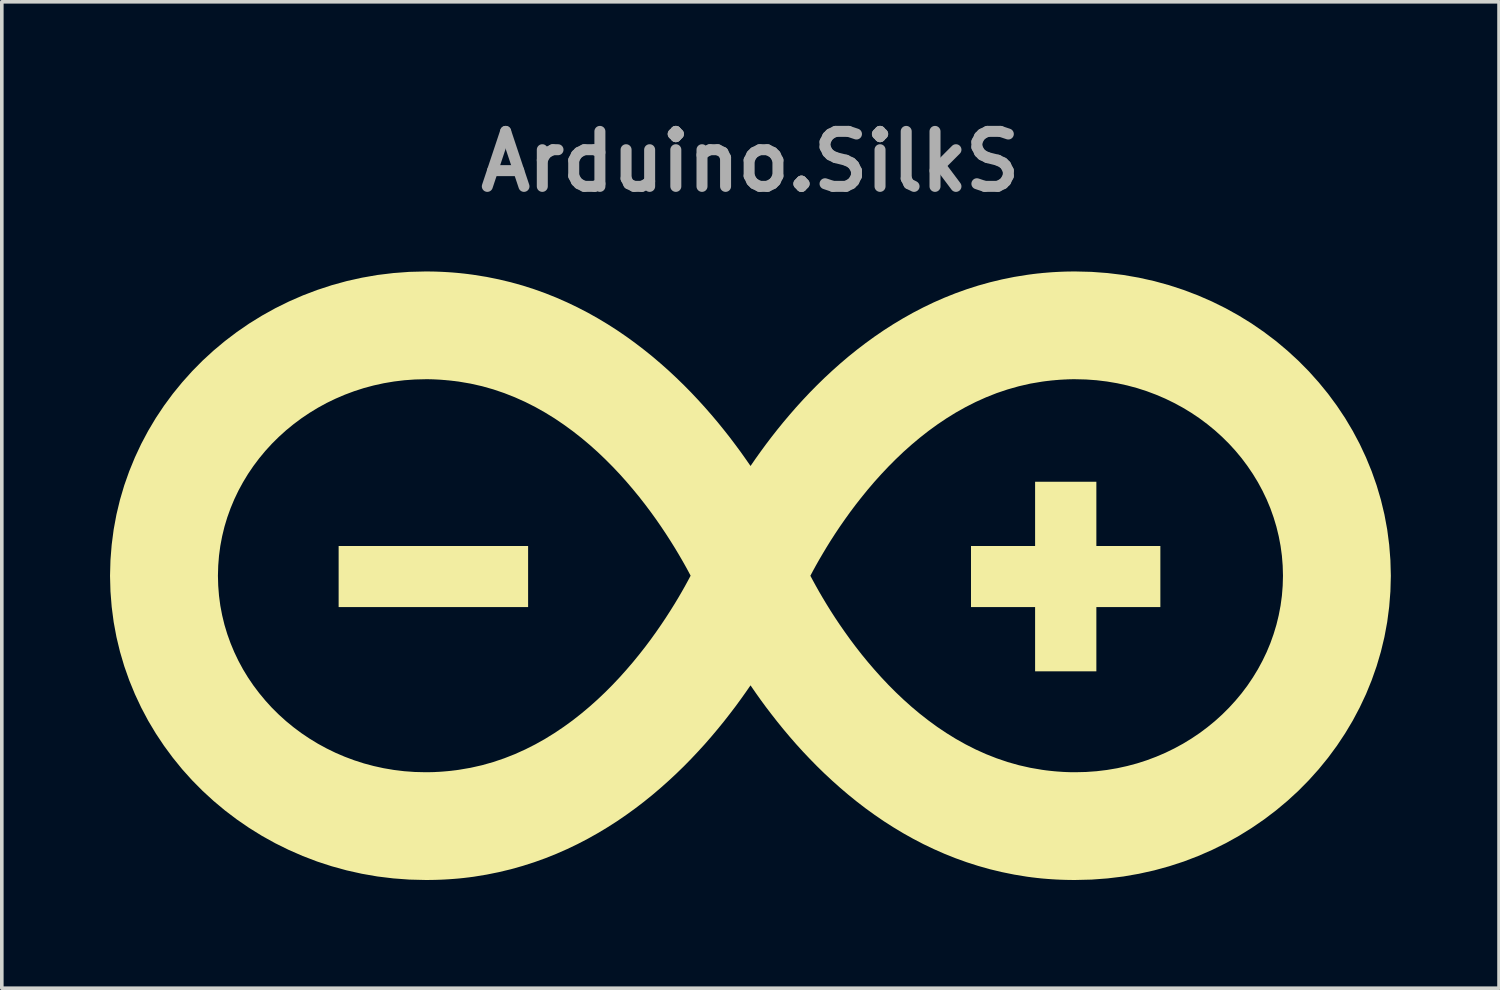
<source format=kicad_pcb>
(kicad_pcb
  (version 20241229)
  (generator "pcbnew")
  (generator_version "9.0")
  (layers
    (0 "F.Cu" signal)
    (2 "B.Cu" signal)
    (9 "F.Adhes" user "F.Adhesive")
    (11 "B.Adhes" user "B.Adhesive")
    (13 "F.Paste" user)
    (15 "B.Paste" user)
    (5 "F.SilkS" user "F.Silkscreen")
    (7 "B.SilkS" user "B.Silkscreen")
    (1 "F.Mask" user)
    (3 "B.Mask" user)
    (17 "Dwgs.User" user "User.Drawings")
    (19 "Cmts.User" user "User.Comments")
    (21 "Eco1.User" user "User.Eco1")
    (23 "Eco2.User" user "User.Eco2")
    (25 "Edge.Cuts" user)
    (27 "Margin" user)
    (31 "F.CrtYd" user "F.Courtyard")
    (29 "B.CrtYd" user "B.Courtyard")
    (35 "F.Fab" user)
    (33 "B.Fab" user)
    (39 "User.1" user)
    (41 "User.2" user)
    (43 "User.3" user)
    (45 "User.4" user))
  (footprint "Arduino.SilkS"
    (layer "F.Cu")
    (at 17.752 12.909)
    (property "Reference" "Arduino.SilkS" (at 0 -11.482 0) (layer "F.Fab") (effects (font (size 1.524 1.524) (thickness 0.305))))
    (attr smd)
    (fp_poly (pts (xy -11.415 -0.824) (xy -10.759 -0.824) (xy -10.102 -0.824) (xy -9.446 -0.824) (xy -8.789 -0.824) (xy -8.133 -0.824) (xy -7.476 -0.824) (xy -6.82 -0.824) (xy -6.163 -0.824) (xy -6.163 -0.612) (xy -6.163 -0.401) (xy -6.163 -0.189) (xy -6.163 0.022) (xy -6.163 0.234) (xy -6.163 0.446) (xy -6.163 0.657) (xy -6.163 0.869) (xy -6.82 0.869) (xy -7.476 0.869) (xy -8.133 0.869) (xy -8.789 0.869) (xy -9.446 0.869) (xy -10.102 0.869) (xy -10.759 0.869) (xy -11.415 0.869) (xy -11.415 0.657) (xy -11.415 0.446) (xy -11.415 0.234) (xy -11.415 0.022) (xy -11.415 -0.189) (xy -11.415 -0.401) (xy -11.415 -0.612) (xy -11.415 -0.824)) (stroke (width 0) (type solid)) (fill yes) (layer "F.SilkS"))
    (fp_poly (pts (xy 11.363 0.869) (xy 11.363 0.446) (xy 11.363 0.022) (xy 11.363 -0.401) (xy 11.363 -0.824) (xy 10.92 -0.824) (xy 10.476 -0.824) (xy 10.032 -0.824) (xy 9.589 -0.824) (xy 9.589 -1.269) (xy 9.589 -1.714) (xy 9.589 -2.159) (xy 9.589 -2.605) (xy 9.164 -2.605) (xy 8.74 -2.605) (xy 8.316 -2.605) (xy 7.891 -2.605) (xy 7.891 -2.159) (xy 7.891 -1.714) (xy 7.891 -1.269) (xy 7.891 -0.824) (xy 7.447 -0.824) (xy 7.003 -0.824) (xy 6.559 -0.824) (xy 6.114 -0.824) (xy 6.114 -0.401) (xy 6.114 0.022) (xy 6.114 0.446) (xy 6.114 0.869) (xy 6.559 0.869) (xy 7.003 0.869) (xy 7.447 0.869) (xy 7.891 0.869) (xy 7.891 1.314) (xy 7.891 1.759) (xy 7.891 2.204) (xy 7.891 2.65) (xy 8.316 2.65) (xy 8.74 2.65) (xy 9.164 2.65) (xy 9.589 2.65) (xy 9.589 2.204) (xy 9.589 1.759) (xy 9.589 1.314) (xy 9.589 0.869) (xy 10.032 0.869) (xy 10.476 0.869) (xy 10.92 0.869) (xy 11.363 0.869)) (stroke (width 0) (type solid)) (fill yes) (layer "F.SilkS"))
    (fp_poly (pts (xy 17.752 0.001) (xy 12.874 -4.03) (xy 13.074 -3.849) (xy 13.265 -3.66) (xy 13.446 -3.462) (xy 13.617 -3.256) (xy 13.777 -3.042) (xy 13.927 -2.821) (xy 14.066 -2.593) (xy 14.193 -2.358) (xy 14.309 -2.117) (xy 14.412 -1.87) (xy 14.502 -1.617) (xy 14.58 -1.358) (xy 14.644 -1.095) (xy 14.695 -0.827) (xy 14.732 -0.555) (xy 14.754 -0.279) (xy 14.762 0.001) (xy 14.754 0.281) (xy 14.732 0.557) (xy 14.695 0.829) (xy 14.644 1.097) (xy 14.58 1.36) (xy 14.502 1.618) (xy 14.412 1.871) (xy 14.309 2.118) (xy 14.193 2.359) (xy 14.066 2.594) (xy 13.927 2.822) (xy 13.778 3.043) (xy 13.617 3.257) (xy 13.446 3.462) (xy 13.265 3.66) (xy 13.075 3.849) (xy 12.875 4.03) (xy 12.666 4.201) (xy 12.449 4.363) (xy 12.223 4.515) (xy 11.99 4.657) (xy 11.749 4.788) (xy 11.501 4.909) (xy 11.246 5.018) (xy 10.985 5.116) (xy 10.718 5.202) (xy 10.445 5.275) (xy 10.167 5.336) (xy 9.884 5.384) (xy 9.597 5.419) (xy 9.305 5.44) (xy 9.01 5.447) (xy 8.981 5.447) (xy 8.953 5.447) (xy 8.924 5.447) (xy 8.895 5.446) (xy 8.866 5.446) (xy 8.838 5.445) (xy 8.809 5.444) (xy 8.78 5.443) (xy 8.751 5.442) (xy 8.722 5.441) (xy 8.693 5.439) (xy 8.664 5.438) (xy 8.635 5.436) (xy 8.606 5.434) (xy 8.577 5.432) (xy 8.548 5.43) (xy 8.519 5.428) (xy 8.49 5.426) (xy 8.461 5.423) (xy 8.432 5.421) (xy 8.403 5.418) (xy 8.374 5.415) (xy 8.345 5.412) (xy 8.316 5.409) (xy 8.287 5.406) (xy 8.258 5.403) (xy 8.229 5.399) (xy 8.2 5.396) (xy 8.171 5.392) (xy 8.142 5.388) (xy 8.113 5.384) (xy 8.084 5.38) (xy 7.757 5.324) (xy 7.439 5.252) (xy 7.128 5.164) (xy 6.825 5.061) (xy 6.53 4.945) (xy 6.243 4.816) (xy 5.965 4.675) (xy 5.694 4.523) (xy 5.432 4.361) (xy 5.177 4.19) (xy 4.931 4.01) (xy 4.693 3.824) (xy 4.463 3.631) (xy 4.242 3.433) (xy 4.028 3.23) (xy 3.823 3.024) (xy 3.626 2.815) (xy 3.437 2.604) (xy 3.256 2.393) (xy 3.083 2.182) (xy 2.919 1.972) (xy 2.763 1.764) (xy 2.616 1.559) (xy 2.476 1.358) (xy 2.345 1.162) (xy 2.222 0.971) (xy 2.108 0.787) (xy 2.002 0.611) (xy 1.904 0.443) (xy 1.815 0.285) (xy 1.734 0.137) (xy 1.661 0.001) (xy 1.661 0.001) (xy 1.734 -0.136) (xy 1.815 -0.284) (xy 1.905 -0.443) (xy 2.003 -0.61) (xy 2.109 -0.787) (xy 2.223 -0.971) (xy 2.346 -1.162) (xy 2.477 -1.358) (xy 2.617 -1.559) (xy 2.764 -1.764) (xy 2.92 -1.972) (xy 3.085 -2.182) (xy 3.257 -2.393) (xy 3.438 -2.605) (xy 3.627 -2.815) (xy 3.824 -3.024) (xy 4.029 -3.23) (xy 4.242 -3.433) (xy 4.464 -3.631) (xy 4.694 -3.824) (xy 4.932 -4.011) (xy 5.178 -4.19) (xy 5.432 -4.361) (xy 5.694 -4.523) (xy 5.965 -4.675) (xy 6.243 -4.816) (xy 6.53 -4.945) (xy 6.825 -5.062) (xy 7.128 -5.164) (xy 7.439 -5.252) (xy 7.757 -5.325) (xy 8.084 -5.38) (xy 8.113 -5.384) (xy 8.142 -5.388) (xy 8.171 -5.392) (xy 8.199 -5.395) (xy 8.228 -5.399) (xy 8.257 -5.402) (xy 8.286 -5.405) (xy 8.315 -5.409) (xy 8.344 -5.412) (xy 8.373 -5.415) (xy 8.402 -5.417) (xy 8.431 -5.42) (xy 8.46 -5.423) (xy 8.488 -5.425) (xy 8.517 -5.427) (xy 8.546 -5.43) (xy 8.575 -5.432) (xy 8.604 -5.434) (xy 8.633 -5.435) (xy 8.662 -5.437) (xy 8.691 -5.439) (xy 8.72 -5.44) (xy 8.749 -5.441) (xy 8.777 -5.443) (xy 8.806 -5.444) (xy 8.835 -5.445) (xy 8.864 -5.445) (xy 8.892 -5.446) (xy 8.921 -5.447) (xy 8.949 -5.447) (xy 8.978 -5.447) (xy 9.006 -5.447) (xy 9.302 -5.44) (xy 9.594 -5.419) (xy 9.882 -5.384) (xy 10.165 -5.336) (xy 10.443 -5.275) (xy 10.716 -5.202) (xy 10.983 -5.116) (xy 11.244 -5.018) (xy 11.499 -4.909) (xy 11.747 -4.788) (xy 11.988 -4.657) (xy 12.222 -4.515) (xy 12.448 -4.363) (xy 12.665 -4.201) (xy 12.874 -4.03) (xy 17.752 0.001) (xy 17.74 -0.433) (xy 17.706 -0.86) (xy 17.651 -1.282) (xy 17.574 -1.697) (xy 17.476 -2.105) (xy 17.358 -2.505) (xy 17.22 -2.896) (xy 17.063 -3.279) (xy 16.888 -3.653) (xy 16.695 -4.016) (xy 16.484 -4.37) (xy 16.256 -4.712) (xy 16.012 -5.043) (xy 15.752 -5.361) (xy 15.477 -5.668) (xy 15.187 -5.961) (xy 14.883 -6.24) (xy 14.566 -6.506) (xy 14.235 -6.756) (xy 13.893 -6.992) (xy 13.538 -7.211) (xy -2.918 -1.973) (xy -2.762 -1.765) (xy -2.614 -1.56) (xy -2.475 -1.359) (xy -2.344 -1.163) (xy -2.221 -0.972) (xy -2.106 -0.788) (xy -2 -0.612) (xy -1.902 -0.444) (xy -1.812 -0.286) (xy -1.731 -0.138) (xy -1.658 -0.001) (xy -1.731 0.136) (xy -1.812 0.284) (xy -1.902 0.443) (xy -2 0.611) (xy -2.106 0.787) (xy -2.221 0.971) (xy -2.344 1.162) (xy -2.475 1.358) (xy -2.615 1.56) (xy -2.762 1.765) (xy -2.918 1.973) (xy -3.083 2.183) (xy -3.255 2.394) (xy -3.436 2.605) (xy -3.625 2.816) (xy -3.822 3.025) (xy -4.027 3.231) (xy -4.241 3.434) (xy -4.463 3.632) (xy -4.692 3.824) (xy -4.93 4.011) (xy -5.177 4.19) (xy -5.431 4.361) (xy -5.693 4.523) (xy -5.964 4.675) (xy -6.243 4.816) (xy -6.529 4.945) (xy -6.824 5.061) (xy -7.127 5.164) (xy -7.438 5.252) (xy -7.757 5.324) (xy -8.084 5.38) (xy -8.084 5.38) (xy -8.113 5.384) (xy -8.141 5.388) (xy -8.17 5.392) (xy -8.199 5.395) (xy -8.228 5.399) (xy -8.257 5.402) (xy -8.285 5.406) (xy -8.314 5.409) (xy -8.343 5.412) (xy -8.372 5.415) (xy -8.401 5.418) (xy -8.43 5.42) (xy -8.459 5.423) (xy -8.488 5.425) (xy -8.517 5.428) (xy -8.546 5.43) (xy -8.575 5.432) (xy -8.604 5.434) (xy -8.633 5.436) (xy -8.662 5.437) (xy -8.691 5.439) (xy -8.72 5.44) (xy -8.749 5.442) (xy -8.778 5.443) (xy -8.807 5.444) (xy -8.835 5.445) (xy -8.864 5.445) (xy -8.893 5.446) (xy -8.922 5.446) (xy -8.951 5.447) (xy -8.98 5.447) (xy -9.008 5.447) (xy -9.304 5.44) (xy -9.596 5.419) (xy -9.883 5.384) (xy -10.166 5.336) (xy -10.444 5.275) (xy -10.717 5.202) (xy -10.984 5.116) (xy -11.245 5.018) (xy -11.5 4.909) (xy -11.748 4.788) (xy -11.989 4.657) (xy -12.222 4.515) (xy -12.448 4.363) (xy -12.665 4.201) (xy -12.874 4.03) (xy -13.074 3.849) (xy -13.265 3.66) (xy -13.445 3.462) (xy -13.616 3.256) (xy -13.777 3.043) (xy -13.927 2.822) (xy -14.066 2.594) (xy -14.193 2.359) (xy -14.308 2.118) (xy -14.411 1.871) (xy -14.502 1.618) (xy -14.58 1.36) (xy -14.644 1.096) (xy -14.695 0.829) (xy -14.731 0.556) (xy -14.753 0.28) (xy -14.761 0.001) (xy -14.753 -0.279) (xy -14.731 -0.555) (xy -14.695 -0.827) (xy -14.644 -1.095) (xy -14.58 -1.359) (xy -14.502 -1.617) (xy -14.411 -1.87) (xy -14.308 -2.117) (xy -14.193 -2.358) (xy -14.065 -2.593) (xy -13.927 -2.821) (xy -13.777 -3.042) (xy -13.616 -3.256) (xy -13.445 -3.462) (xy -13.264 -3.66) (xy -13.073 -3.849) (xy -12.873 -4.03) (xy -12.664 -4.201) (xy -12.447 -4.363) (xy -12.221 -4.515) (xy -11.988 -4.657) (xy -11.747 -4.789) (xy -11.498 -4.909) (xy -11.244 -5.018) (xy -10.982 -5.116) (xy -10.715 -5.202) (xy -10.442 -5.275) (xy -10.164 -5.336) (xy -9.88 -5.384) (xy -9.593 -5.419) (xy -9.301 -5.44) (xy -9.005 -5.447) (xy -8.976 -5.447) (xy -8.948 -5.447) (xy -8.919 -5.447) (xy -8.89 -5.446) (xy -8.862 -5.446) (xy -8.833 -5.445) (xy -8.804 -5.444) (xy -8.775 -5.443) (xy -8.747 -5.442) (xy -8.718 -5.44) (xy -8.689 -5.439) (xy -8.66 -5.437) (xy -8.631 -5.436) (xy -8.602 -5.434) (xy -8.574 -5.432) (xy -8.545 -5.43) (xy -8.516 -5.427) (xy -8.487 -5.425) (xy -8.458 -5.423) (xy -8.429 -5.42) (xy -8.4 -5.417) (xy -8.371 -5.415) (xy -8.342 -5.412) (xy -8.314 -5.409) (xy -8.285 -5.406) (xy -8.256 -5.402) (xy -8.227 -5.399) (xy -8.198 -5.396) (xy -8.169 -5.392) (xy -8.14 -5.388) (xy -8.112 -5.385) (xy -8.083 -5.381) (xy -7.756 -5.325) (xy -7.437 -5.253) (xy -7.126 -5.165) (xy -6.823 -5.062) (xy -6.529 -4.946) (xy -6.242 -4.817) (xy -5.963 -4.676) (xy -5.693 -4.524) (xy -5.43 -4.362) (xy -5.176 -4.19) (xy -4.93 -4.011) (xy -4.692 -3.825) (xy -4.462 -3.632) (xy -4.24 -3.434) (xy -4.027 -3.231) (xy -3.822 -3.025) (xy -3.624 -2.816) (xy -3.435 -2.605) (xy -3.255 -2.394) (xy -3.082 -2.183) (xy -2.918 -1.973) (xy 13.538 -7.211) (xy 13.171 -7.415) (xy 12.794 -7.601) (xy 12.407 -7.77) (xy 12.01 -7.921) (xy 11.604 -8.054) (xy 11.189 -8.168) (xy 10.767 -8.262) (xy 10.336 -8.337) (xy 9.899 -8.39) (xy 9.456 -8.423) (xy 9.006 -8.434) (xy 8.965 -8.434) (xy 8.923 -8.434) (xy 8.881 -8.433) (xy 8.839 -8.433) (xy 8.797 -8.432) (xy 8.755 -8.431) (xy 8.713 -8.43) (xy 8.671 -8.428) (xy 8.629 -8.427) (xy 8.587 -8.425) (xy 8.545 -8.423) (xy 8.503 -8.421) (xy 8.461 -8.419) (xy 8.419 -8.416) (xy 8.377 -8.414) (xy 8.335 -8.411) (xy 8.293 -8.408) (xy 8.25 -8.404) (xy 8.208 -8.401) (xy 8.166 -8.397) (xy 8.124 -8.394) (xy 8.082 -8.39) (xy 8.04 -8.385) (xy 7.997 -8.381) (xy 7.955 -8.377) (xy 7.913 -8.372) (xy 7.871 -8.367) (xy 7.829 -8.362) (xy 7.787 -8.356) (xy 7.745 -8.351) (xy 7.703 -8.345) (xy 7.661 -8.339) (xy 7.313 -8.283) (xy 6.973 -8.214) (xy 6.64 -8.134) (xy 6.314 -8.043) (xy 5.995 -7.941) (xy 5.683 -7.829) (xy 5.378 -7.707) (xy 5.081 -7.577) (xy 4.79 -7.437) (xy 4.507 -7.29) (xy 4.231 -7.135) (xy 3.961 -6.973) (xy 3.699 -6.805) (xy 3.443 -6.63) (xy 3.195 -6.45) (xy 2.953 -6.265) (xy 2.718 -6.076) (xy 2.49 -5.882) (xy 2.269 -5.685) (xy 2.054 -5.485) (xy 1.847 -5.283) (xy 1.646 -5.079) (xy 1.452 -4.873) (xy 1.264 -4.666) (xy 1.084 -4.459) (xy 0.909 -4.252) (xy 0.742 -4.046) (xy 0.581 -3.841) (xy 0.427 -3.638) (xy 0.279 -3.436) (xy 0.137 -3.237) (xy 0.003 -3.042) (xy -0.133 -3.237) (xy -0.274 -3.436) (xy -0.423 -3.637) (xy -0.577 -3.841) (xy -0.739 -4.046) (xy -0.906 -4.252) (xy -1.081 -4.459) (xy -1.262 -4.666) (xy -1.45 -4.873) (xy -1.644 -5.079) (xy -1.845 -5.283) (xy -2.053 -5.485) (xy -2.267 -5.685) (xy -2.489 -5.882) (xy -2.717 -6.076) (xy -2.952 -6.265) (xy -3.194 -6.45) (xy -3.442 -6.63) (xy -3.698 -6.805) (xy -3.96 -6.973) (xy -4.23 -7.135) (xy -4.506 -7.29) (xy -4.79 -7.437) (xy -5.08 -7.576) (xy -5.377 -7.707) (xy -5.682 -7.829) (xy -5.994 -7.941) (xy -6.312 -8.043) (xy -6.638 -8.134) (xy -6.972 -8.214) (xy -7.312 -8.283) (xy -7.66 -8.339) (xy -7.701 -8.345) (xy -7.744 -8.351) (xy -7.786 -8.356) (xy -7.828 -8.362) (xy -7.87 -8.367) (xy -7.912 -8.372) (xy -7.954 -8.377) (xy -7.996 -8.381) (xy -8.038 -8.386) (xy -8.081 -8.39) (xy -8.123 -8.394) (xy -8.165 -8.398) (xy -8.207 -8.401) (xy -8.249 -8.405) (xy -8.291 -8.408) (xy -8.334 -8.411) (xy -8.376 -8.414) (xy -8.418 -8.416) (xy -8.46 -8.419) (xy -8.502 -8.421) (xy -8.544 -8.423) (xy -8.586 -8.425) (xy -8.628 -8.427) (xy -8.67 -8.428) (xy -8.712 -8.43) (xy -8.754 -8.431) (xy -8.796 -8.432) (xy -8.838 -8.433) (xy -8.88 -8.433) (xy -8.922 -8.434) (xy -8.963 -8.434) (xy -9.005 -8.434) (xy -9.455 -8.423) (xy -9.898 -8.39) (xy -10.336 -8.337) (xy -10.766 -8.262) (xy -11.189 -8.168) (xy -11.604 -8.054) (xy -12.01 -7.921) (xy -12.407 -7.77) (xy -12.794 -7.601) (xy -13.171 -7.415) (xy -13.538 -7.211) (xy -13.893 -6.992) (xy -14.236 -6.756) (xy -14.566 -6.506) (xy -14.884 -6.24) (xy -15.188 -5.961) (xy -15.477 -5.668) (xy -15.752 -5.361) (xy -16.012 -5.043) (xy -16.256 -4.712) (xy -16.484 -4.37) (xy -16.695 -4.016) (xy -16.888 -3.653) (xy -17.063 -3.279) (xy -17.22 -2.896) (xy -17.358 -2.505) (xy -17.476 -2.105) (xy -17.574 -1.697) (xy -17.651 -1.282) (xy -17.706 -0.86) (xy -17.74 -0.433) (xy -17.752 0.001) (xy -17.74 0.434) (xy -17.706 0.862) (xy -17.651 1.284) (xy -17.574 1.699) (xy -17.476 2.106) (xy -17.358 2.506) (xy -17.22 2.898) (xy -17.063 3.281) (xy -16.888 3.654) (xy -16.695 4.018) (xy -16.484 4.371) (xy -16.256 4.713) (xy -16.012 5.044) (xy -15.753 5.363) (xy -15.478 5.669) (xy -15.188 5.962) (xy -14.884 6.241) (xy -14.567 6.506) (xy -14.236 6.757) (xy -13.894 6.992) (xy -13.539 7.212) (xy -13.173 7.415) (xy -12.796 7.601) (xy -12.409 7.77) (xy -12.012 7.922) (xy -11.606 8.054) (xy -11.191 8.168) (xy -10.769 8.262) (xy -10.338 8.337) (xy -9.901 8.39) (xy -9.458 8.423) (xy -9.009 8.434) (xy -8.967 8.434) (xy -8.925 8.434) (xy -8.883 8.433) (xy -8.841 8.433) (xy -8.798 8.432) (xy -8.756 8.431) (xy -8.714 8.43) (xy -8.672 8.429) (xy -8.63 8.427) (xy -8.588 8.426) (xy -8.545 8.424) (xy -8.503 8.422) (xy -8.461 8.42) (xy -8.419 8.417) (xy -8.376 8.415) (xy -8.334 8.412) (xy -8.292 8.409) (xy -8.25 8.406) (xy -8.207 8.403) (xy -8.165 8.399) (xy -8.123 8.396) (xy -8.081 8.392) (xy -8.039 8.388) (xy -7.996 8.383) (xy -7.954 8.379) (xy -7.912 8.374) (xy -7.87 8.369) (xy -7.828 8.364) (xy -7.786 8.359) (xy -7.744 8.353) (xy -7.702 8.348) (xy -7.66 8.342) (xy -7.312 8.285) (xy -6.972 8.216) (xy -6.639 8.136) (xy -6.313 8.044) (xy -5.994 7.942) (xy -5.682 7.83) (xy -5.378 7.708) (xy -5.08 7.577) (xy -4.79 7.438) (xy -4.506 7.29) (xy -4.23 7.135) (xy -3.961 6.973) (xy -3.698 6.805) (xy -3.443 6.63) (xy -3.194 6.45) (xy -2.952 6.265) (xy -2.717 6.075) (xy -2.489 5.881) (xy -2.268 5.684) (xy -2.053 5.484) (xy -1.845 5.282) (xy -1.644 5.077) (xy -1.45 4.871) (xy -1.262 4.665) (xy -1.081 4.457) (xy -0.907 4.25) (xy -0.739 4.044) (xy -0.578 3.838) (xy -0.423 3.635) (xy -0.275 3.433) (xy -0.133 3.234) (xy 0.002 3.039) (xy 0.137 3.234) (xy 0.278 3.433) (xy 0.426 3.635) (xy 0.581 3.838) (xy 0.742 4.044) (xy 0.909 4.25) (xy 1.083 4.457) (xy 1.264 4.665) (xy 1.451 4.871) (xy 1.646 5.077) (xy 1.847 5.282) (xy 2.054 5.484) (xy 2.269 5.684) (xy 2.49 5.881) (xy 2.718 6.075) (xy 2.953 6.265) (xy 3.194 6.45) (xy 3.443 6.63) (xy 3.698 6.805) (xy 3.961 6.973) (xy 4.23 7.135) (xy 4.507 7.29) (xy 4.79 7.438) (xy 5.081 7.577) (xy 5.378 7.708) (xy 5.683 7.83) (xy 5.994 7.942) (xy 6.313 8.044) (xy 6.639 8.136) (xy 6.973 8.216) (xy 7.313 8.285) (xy 7.661 8.342) (xy 7.703 8.348) (xy 7.745 8.353) (xy 7.787 8.359) (xy 7.829 8.364) (xy 7.871 8.369) (xy 7.913 8.374) (xy 7.955 8.379) (xy 7.997 8.383) (xy 8.039 8.388) (xy 8.082 8.392) (xy 8.124 8.396) (xy 8.166 8.399) (xy 8.208 8.403) (xy 8.25 8.406) (xy 8.293 8.409) (xy 8.335 8.412) (xy 8.377 8.415) (xy 8.419 8.417) (xy 8.461 8.42) (xy 8.504 8.422) (xy 8.546 8.424) (xy 8.588 8.426) (xy 8.63 8.427) (xy 8.672 8.429) (xy 8.715 8.43) (xy 8.757 8.431) (xy 8.799 8.432) (xy 8.841 8.433) (xy 8.883 8.433) (xy 8.925 8.434) (xy 8.967 8.434) (xy 9.01 8.434) (xy 9.459 8.423) (xy 9.902 8.39) (xy 10.339 8.337) (xy 10.769 8.262) (xy 11.192 8.168) (xy 11.607 8.054) (xy 12.013 7.922) (xy 12.41 7.77) (xy 12.797 7.601) (xy 13.174 7.415) (xy 13.54 7.212) (xy 13.894 6.992) (xy 14.237 6.757) (xy 14.568 6.506) (xy 14.885 6.241) (xy 15.189 5.962) (xy 15.478 5.669) (xy 15.753 5.363) (xy 16.013 5.044) (xy 16.257 4.713) (xy 16.484 4.371) (xy 16.695 4.018) (xy 16.888 3.654) (xy 17.064 3.281) (xy 17.22 2.898) (xy 17.358 2.506) (xy 17.476 2.106) (xy 17.574 1.699) (xy 17.651 1.284) (xy 17.706 0.862) (xy 17.74 0.434) (xy 17.752 0.001) (xy 17.752 0.001)) (stroke (width 0) (type solid)) (fill yes) (layer "F.SilkS")))
  (gr_rect
    (start -3 -3)
    (end 38.503 24.343)
    (stroke (width 0.1) (type default))
    (fill no)
    (layer "Edge.Cuts")))
</source>
